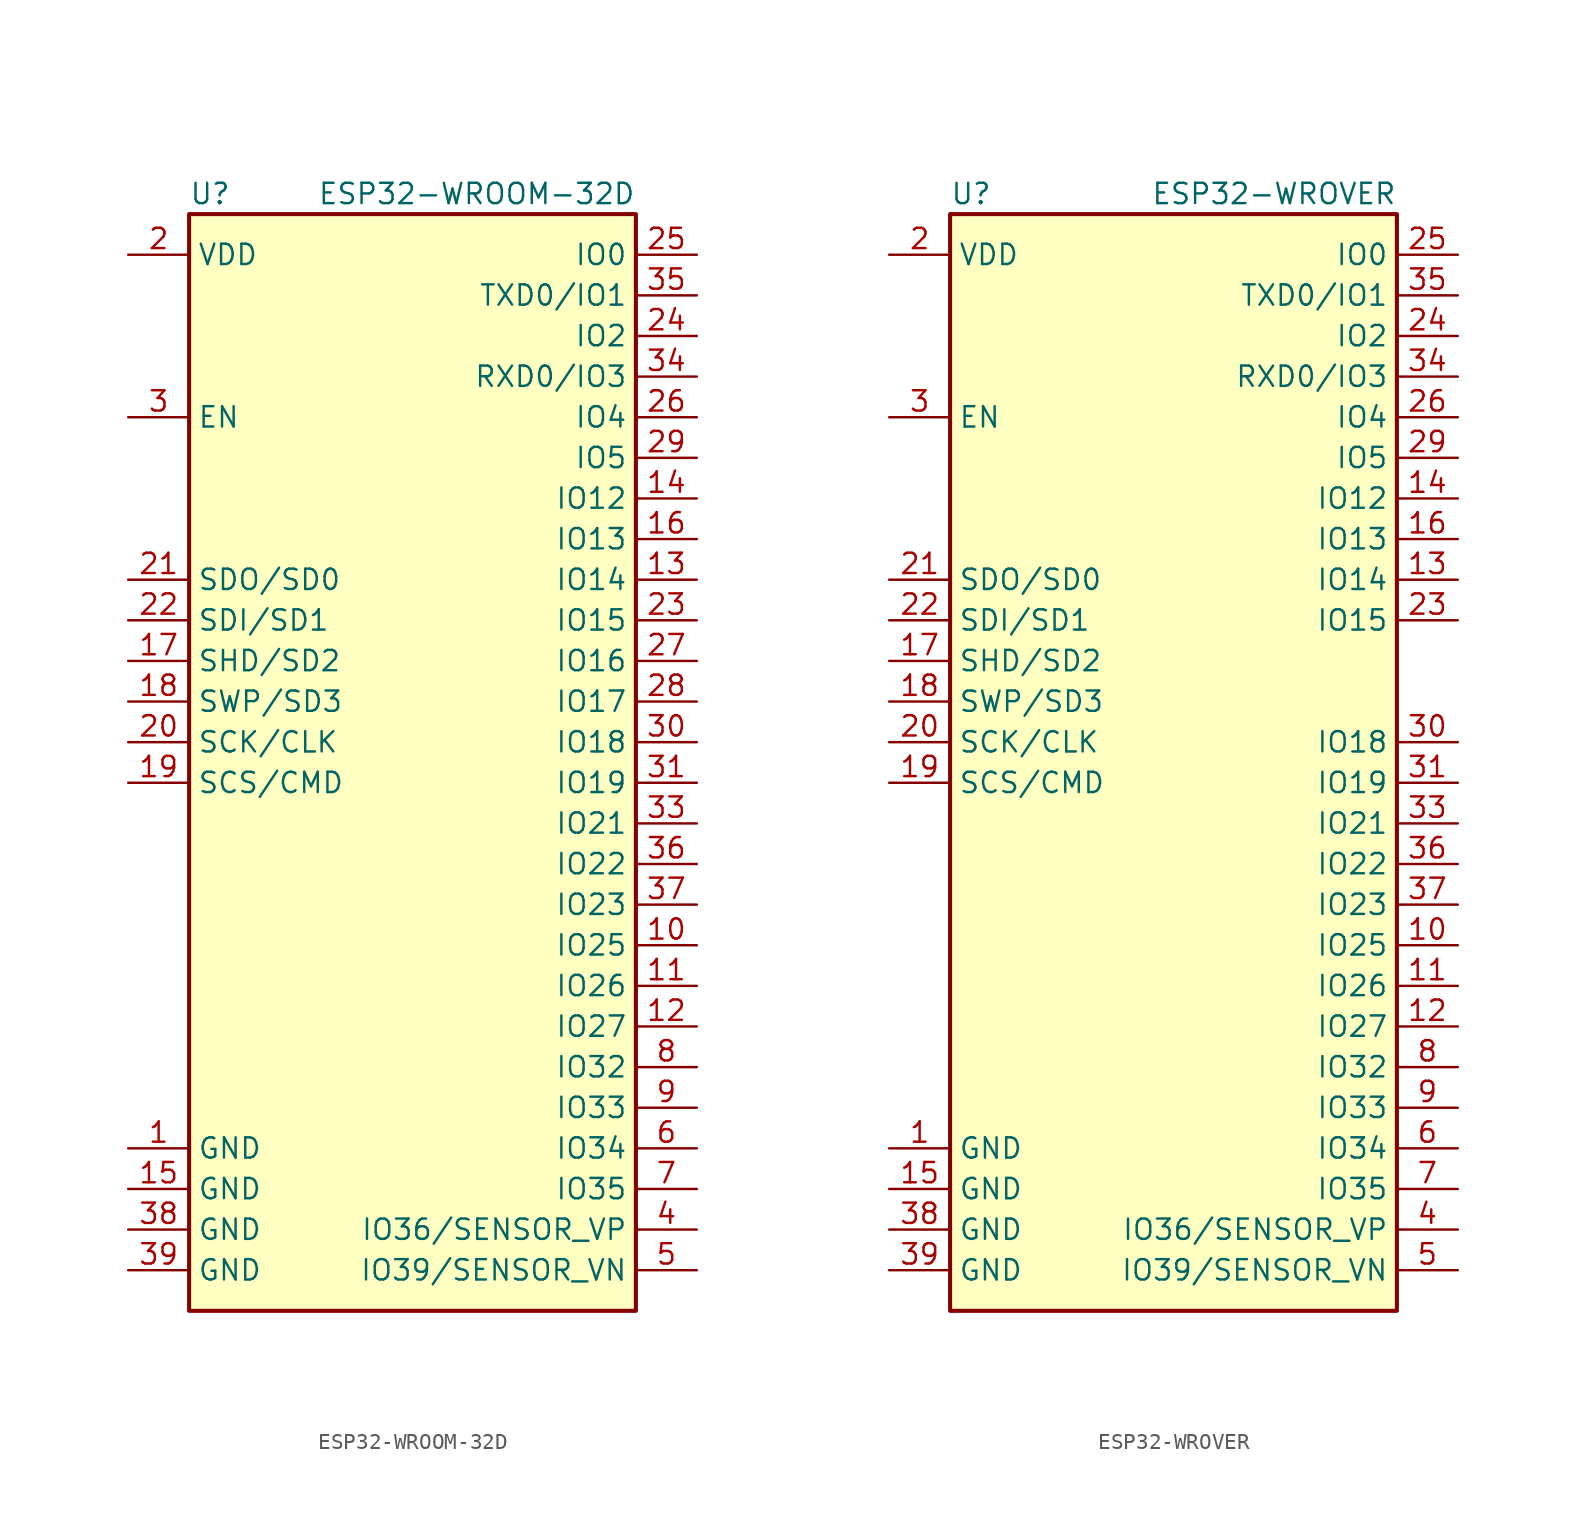
<source format=kicad_sym>
(kicad_symbol_lib
  (version 20211014)
  (generator kicad_symbol_editor)
  (symbol "ESP32-WROOM-32D"
    (property "Reference" "U"
      (at -13.97 34.29 0)
      (effects (font (size 1.27 1.27)) (justify left)))
    (property "Value" "ESP32-WROOM-32D"
      (at 13.97 34.29 0)
      (effects (font (size 1.27 1.27)) (justify right)))
    (symbol "ESP32-WROOM-32D_0_1"
      (rectangle (start -13.97 33.02) (end 13.97 -35.56) (stroke (width 0.254) (type default) (color 0 0 0 0)) (fill (type background))))
    (symbol "ESP32-WROOM-32D_1_1"
      (pin power_in line (at -17.78 -25.4 0) (length 3.81) (name "GND" (effects (font (size 1.27 1.27)))) (number "1" (effects (font (size 1.27 1.27)))))
      (pin bidirectional line (at 17.78 -12.7 180) (length 3.81) (name "IO25" (effects (font (size 1.27 1.27)))) (number "10" (effects (font (size 1.27 1.27)))))
      (pin bidirectional line (at 17.78 -15.24 180) (length 3.81) (name "IO26" (effects (font (size 1.27 1.27)))) (number "11" (effects (font (size 1.27 1.27)))))
      (pin bidirectional line (at 17.78 -17.78 180) (length 3.81) (name "IO27" (effects (font (size 1.27 1.27)))) (number "12" (effects (font (size 1.27 1.27)))))
      (pin bidirectional line (at 17.78 10.16 180) (length 3.81) (name "IO14" (effects (font (size 1.27 1.27)))) (number "13" (effects (font (size 1.27 1.27)))))
      (pin bidirectional line (at 17.78 15.24 180) (length 3.81) (name "IO12" (effects (font (size 1.27 1.27)))) (number "14" (effects (font (size 1.27 1.27)))))
      (pin power_in line (at -17.78 -27.94 0) (length 3.81) (name "GND" (effects (font (size 1.27 1.27)))) (number "15" (effects (font (size 1.27 1.27)))))
      (pin bidirectional line (at 17.78 12.7 180) (length 3.81) (name "IO13" (effects (font (size 1.27 1.27)))) (number "16" (effects (font (size 1.27 1.27)))))
      (pin bidirectional line (at -17.78 5.08 0) (length 3.81) (name "SHD/SD2" (effects (font (size 1.27 1.27)))) (number "17" (effects (font (size 1.27 1.27)))))
      (pin bidirectional line (at -17.78 2.54 0) (length 3.81) (name "SWP/SD3" (effects (font (size 1.27 1.27)))) (number "18" (effects (font (size 1.27 1.27)))))
      (pin bidirectional line (at -17.78 -2.54 0) (length 3.81) (name "SCS/CMD" (effects (font (size 1.27 1.27)))) (number "19" (effects (font (size 1.27 1.27)))))
      (pin power_in line (at -17.78 30.48 0) (length 3.81) (name "VDD" (effects (font (size 1.27 1.27)))) (number "2" (effects (font (size 1.27 1.27)))))
      (pin bidirectional line (at -17.78 0 0) (length 3.81) (name "SCK/CLK" (effects (font (size 1.27 1.27)))) (number "20" (effects (font (size 1.27 1.27)))))
      (pin bidirectional line (at -17.78 10.16 0) (length 3.81) (name "SDO/SD0" (effects (font (size 1.27 1.27)))) (number "21" (effects (font (size 1.27 1.27)))))
      (pin bidirectional line (at -17.78 7.62 0) (length 3.81) (name "SDI/SD1" (effects (font (size 1.27 1.27)))) (number "22" (effects (font (size 1.27 1.27)))))
      (pin bidirectional line (at 17.78 7.62 180) (length 3.81) (name "IO15" (effects (font (size 1.27 1.27)))) (number "23" (effects (font (size 1.27 1.27)))))
      (pin bidirectional line (at 17.78 25.4 180) (length 3.81) (name "IO2" (effects (font (size 1.27 1.27)))) (number "24" (effects (font (size 1.27 1.27)))))
      (pin bidirectional line (at 17.78 30.48 180) (length 3.81) (name "IO0" (effects (font (size 1.27 1.27)))) (number "25" (effects (font (size 1.27 1.27)))))
      (pin bidirectional line (at 17.78 20.32 180) (length 3.81) (name "IO4" (effects (font (size 1.27 1.27)))) (number "26" (effects (font (size 1.27 1.27)))))
      (pin bidirectional line (at 17.78 5.08 180) (length 3.81) (name "IO16" (effects (font (size 1.27 1.27)))) (number "27" (effects (font (size 1.27 1.27)))))
      (pin bidirectional line (at 17.78 2.54 180) (length 3.81) (name "IO17" (effects (font (size 1.27 1.27)))) (number "28" (effects (font (size 1.27 1.27)))))
      (pin bidirectional line (at 17.78 17.78 180) (length 3.81) (name "IO5" (effects (font (size 1.27 1.27)))) (number "29" (effects (font (size 1.27 1.27)))))
      (pin input line (at -17.78 20.32 0) (length 3.81) (name "EN" (effects (font (size 1.27 1.27)))) (number "3" (effects (font (size 1.27 1.27)))))
      (pin bidirectional line (at 17.78 0 180) (length 3.81) (name "IO18" (effects (font (size 1.27 1.27)))) (number "30" (effects (font (size 1.27 1.27)))))
      (pin bidirectional line (at 17.78 -2.54 180) (length 3.81) (name "IO19" (effects (font (size 1.27 1.27)))) (number "31" (effects (font (size 1.27 1.27)))))
      (pin no_connect line (at -17.78 -20.32 0) (length 3.81) hide (name "NC" (effects (font (size 1.27 1.27)))) (number "32" (effects (font (size 1.27 1.27)))))
      (pin bidirectional line (at 17.78 -5.08 180) (length 3.81) (name "IO21" (effects (font (size 1.27 1.27)))) (number "33" (effects (font (size 1.27 1.27)))))
      (pin bidirectional line (at 17.78 22.86 180) (length 3.81) (name "RXD0/IO3" (effects (font (size 1.27 1.27)))) (number "34" (effects (font (size 1.27 1.27)))))
      (pin bidirectional line (at 17.78 27.94 180) (length 3.81) (name "TXD0/IO1" (effects (font (size 1.27 1.27)))) (number "35" (effects (font (size 1.27 1.27)))))
      (pin bidirectional line (at 17.78 -7.62 180) (length 3.81) (name "IO22" (effects (font (size 1.27 1.27)))) (number "36" (effects (font (size 1.27 1.27)))))
      (pin bidirectional line (at 17.78 -10.16 180) (length 3.81) (name "IO23" (effects (font (size 1.27 1.27)))) (number "37" (effects (font (size 1.27 1.27)))))
      (pin power_in line (at -17.78 -30.48 0) (length 3.81) (name "GND" (effects (font (size 1.27 1.27)))) (number "38" (effects (font (size 1.27 1.27)))))
      (pin power_in line (at -17.78 -33.02 0) (length 3.81) (name "GND" (effects (font (size 1.27 1.27)))) (number "39" (effects (font (size 1.27 1.27)))))
      (pin input line (at 17.78 -30.48 180) (length 3.81) (name "IO36/SENSOR_VP" (effects (font (size 1.27 1.27)))) (number "4" (effects (font (size 1.27 1.27)))))
      (pin input line (at 17.78 -33.02 180) (length 3.81) (name "IO39/SENSOR_VN" (effects (font (size 1.27 1.27)))) (number "5" (effects (font (size 1.27 1.27)))))
      (pin input line (at 17.78 -25.4 180) (length 3.81) (name "IO34" (effects (font (size 1.27 1.27)))) (number "6" (effects (font (size 1.27 1.27)))))
      (pin input line (at 17.78 -27.94 180) (length 3.81) (name "IO35" (effects (font (size 1.27 1.27)))) (number "7" (effects (font (size 1.27 1.27)))))
      (pin bidirectional line (at 17.78 -20.32 180) (length 3.81) (name "IO32" (effects (font (size 1.27 1.27)))) (number "8" (effects (font (size 1.27 1.27)))))
      (pin bidirectional line (at 17.78 -22.86 180) (length 3.81) (name "IO33" (effects (font (size 1.27 1.27)))) (number "9" (effects (font (size 1.27 1.27)))))))
  (symbol "ESP32-WROVER"
    (property "Reference" "U"
      (at -13.97 34.29 0)
      (effects (font (size 1.27 1.27)) (justify left)))
    (property "Value" "ESP32-WROVER"
      (at 13.97 34.29 0)
      (effects (font (size 1.27 1.27)) (justify right)))
    (symbol "ESP32-WROVER_0_1"
      (rectangle (start -13.97 33.02) (end 13.97 -35.56) (stroke (width 0.254) (type default) (color 0 0 0 0)) (fill (type background))))
    (symbol "ESP32-WROVER_1_1"
      (pin power_in line (at -17.78 -25.4 0) (length 3.81) (name "GND" (effects (font (size 1.27 1.27)))) (number "1" (effects (font (size 1.27 1.27)))))
      (pin bidirectional line (at 17.78 -12.7 180) (length 3.81) (name "IO25" (effects (font (size 1.27 1.27)))) (number "10" (effects (font (size 1.27 1.27)))))
      (pin bidirectional line (at 17.78 -15.24 180) (length 3.81) (name "IO26" (effects (font (size 1.27 1.27)))) (number "11" (effects (font (size 1.27 1.27)))))
      (pin bidirectional line (at 17.78 -17.78 180) (length 3.81) (name "IO27" (effects (font (size 1.27 1.27)))) (number "12" (effects (font (size 1.27 1.27)))))
      (pin bidirectional line (at 17.78 10.16 180) (length 3.81) (name "IO14" (effects (font (size 1.27 1.27)))) (number "13" (effects (font (size 1.27 1.27)))))
      (pin bidirectional line (at 17.78 15.24 180) (length 3.81) (name "IO12" (effects (font (size 1.27 1.27)))) (number "14" (effects (font (size 1.27 1.27)))))
      (pin power_in line (at -17.78 -27.94 0) (length 3.81) (name "GND" (effects (font (size 1.27 1.27)))) (number "15" (effects (font (size 1.27 1.27)))))
      (pin bidirectional line (at 17.78 12.7 180) (length 3.81) (name "IO13" (effects (font (size 1.27 1.27)))) (number "16" (effects (font (size 1.27 1.27)))))
      (pin bidirectional line (at -17.78 5.08 0) (length 3.81) (name "SHD/SD2" (effects (font (size 1.27 1.27)))) (number "17" (effects (font (size 1.27 1.27)))))
      (pin bidirectional line (at -17.78 2.54 0) (length 3.81) (name "SWP/SD3" (effects (font (size 1.27 1.27)))) (number "18" (effects (font (size 1.27 1.27)))))
      (pin bidirectional line (at -17.78 -2.54 0) (length 3.81) (name "SCS/CMD" (effects (font (size 1.27 1.27)))) (number "19" (effects (font (size 1.27 1.27)))))
      (pin power_in line (at -17.78 30.48 0) (length 3.81) (name "VDD" (effects (font (size 1.27 1.27)))) (number "2" (effects (font (size 1.27 1.27)))))
      (pin bidirectional line (at -17.78 0 0) (length 3.81) (name "SCK/CLK" (effects (font (size 1.27 1.27)))) (number "20" (effects (font (size 1.27 1.27)))))
      (pin bidirectional line (at -17.78 10.16 0) (length 3.81) (name "SDO/SD0" (effects (font (size 1.27 1.27)))) (number "21" (effects (font (size 1.27 1.27)))))
      (pin bidirectional line (at -17.78 7.62 0) (length 3.81) (name "SDI/SD1" (effects (font (size 1.27 1.27)))) (number "22" (effects (font (size 1.27 1.27)))))
      (pin bidirectional line (at 17.78 7.62 180) (length 3.81) (name "IO15" (effects (font (size 1.27 1.27)))) (number "23" (effects (font (size 1.27 1.27)))))
      (pin bidirectional line (at 17.78 25.4 180) (length 3.81) (name "IO2" (effects (font (size 1.27 1.27)))) (number "24" (effects (font (size 1.27 1.27)))))
      (pin bidirectional line (at 17.78 30.48 180) (length 3.81) (name "IO0" (effects (font (size 1.27 1.27)))) (number "25" (effects (font (size 1.27 1.27)))))
      (pin bidirectional line (at 17.78 20.32 180) (length 3.81) (name "IO4" (effects (font (size 1.27 1.27)))) (number "26" (effects (font (size 1.27 1.27)))))
      (pin no_connect line (at -17.78 -15.24 0) (length 3.81) hide (name "NC" (effects (font (size 1.27 1.27)))) (number "27" (effects (font (size 1.27 1.27)))))
      (pin no_connect line (at -17.78 -17.78 0) (length 3.81) hide (name "NC" (effects (font (size 1.27 1.27)))) (number "28" (effects (font (size 1.27 1.27)))))
      (pin bidirectional line (at 17.78 17.78 180) (length 3.81) (name "IO5" (effects (font (size 1.27 1.27)))) (number "29" (effects (font (size 1.27 1.27)))))
      (pin input line (at -17.78 20.32 0) (length 3.81) (name "EN" (effects (font (size 1.27 1.27)))) (number "3" (effects (font (size 1.27 1.27)))))
      (pin bidirectional line (at 17.78 0 180) (length 3.81) (name "IO18" (effects (font (size 1.27 1.27)))) (number "30" (effects (font (size 1.27 1.27)))))
      (pin bidirectional line (at 17.78 -2.54 180) (length 3.81) (name "IO19" (effects (font (size 1.27 1.27)))) (number "31" (effects (font (size 1.27 1.27)))))
      (pin no_connect line (at -17.78 -20.32 0) (length 3.81) hide (name "NC" (effects (font (size 1.27 1.27)))) (number "32" (effects (font (size 1.27 1.27)))))
      (pin bidirectional line (at 17.78 -5.08 180) (length 3.81) (name "IO21" (effects (font (size 1.27 1.27)))) (number "33" (effects (font (size 1.27 1.27)))))
      (pin bidirectional line (at 17.78 22.86 180) (length 3.81) (name "RXD0/IO3" (effects (font (size 1.27 1.27)))) (number "34" (effects (font (size 1.27 1.27)))))
      (pin bidirectional line (at 17.78 27.94 180) (length 3.81) (name "TXD0/IO1" (effects (font (size 1.27 1.27)))) (number "35" (effects (font (size 1.27 1.27)))))
      (pin bidirectional line (at 17.78 -7.62 180) (length 3.81) (name "IO22" (effects (font (size 1.27 1.27)))) (number "36" (effects (font (size 1.27 1.27)))))
      (pin bidirectional line (at 17.78 -10.16 180) (length 3.81) (name "IO23" (effects (font (size 1.27 1.27)))) (number "37" (effects (font (size 1.27 1.27)))))
      (pin power_in line (at -17.78 -30.48 0) (length 3.81) (name "GND" (effects (font (size 1.27 1.27)))) (number "38" (effects (font (size 1.27 1.27)))))
      (pin power_in line (at -17.78 -33.02 0) (length 3.81) (name "GND" (effects (font (size 1.27 1.27)))) (number "39" (effects (font (size 1.27 1.27)))))
      (pin input line (at 17.78 -30.48 180) (length 3.81) (name "IO36/SENSOR_VP" (effects (font (size 1.27 1.27)))) (number "4" (effects (font (size 1.27 1.27)))))
      (pin input line (at 17.78 -33.02 180) (length 3.81) (name "IO39/SENSOR_VN" (effects (font (size 1.27 1.27)))) (number "5" (effects (font (size 1.27 1.27)))))
      (pin input line (at 17.78 -25.4 180) (length 3.81) (name "IO34" (effects (font (size 1.27 1.27)))) (number "6" (effects (font (size 1.27 1.27)))))
      (pin input line (at 17.78 -27.94 180) (length 3.81) (name "IO35" (effects (font (size 1.27 1.27)))) (number "7" (effects (font (size 1.27 1.27)))))
      (pin bidirectional line (at 17.78 -20.32 180) (length 3.81) (name "IO32" (effects (font (size 1.27 1.27)))) (number "8" (effects (font (size 1.27 1.27)))))
      (pin bidirectional line (at 17.78 -22.86 180) (length 3.81) (name "IO33" (effects (font (size 1.27 1.27)))) (number "9" (effects (font (size 1.27 1.27))))))))
</source>
